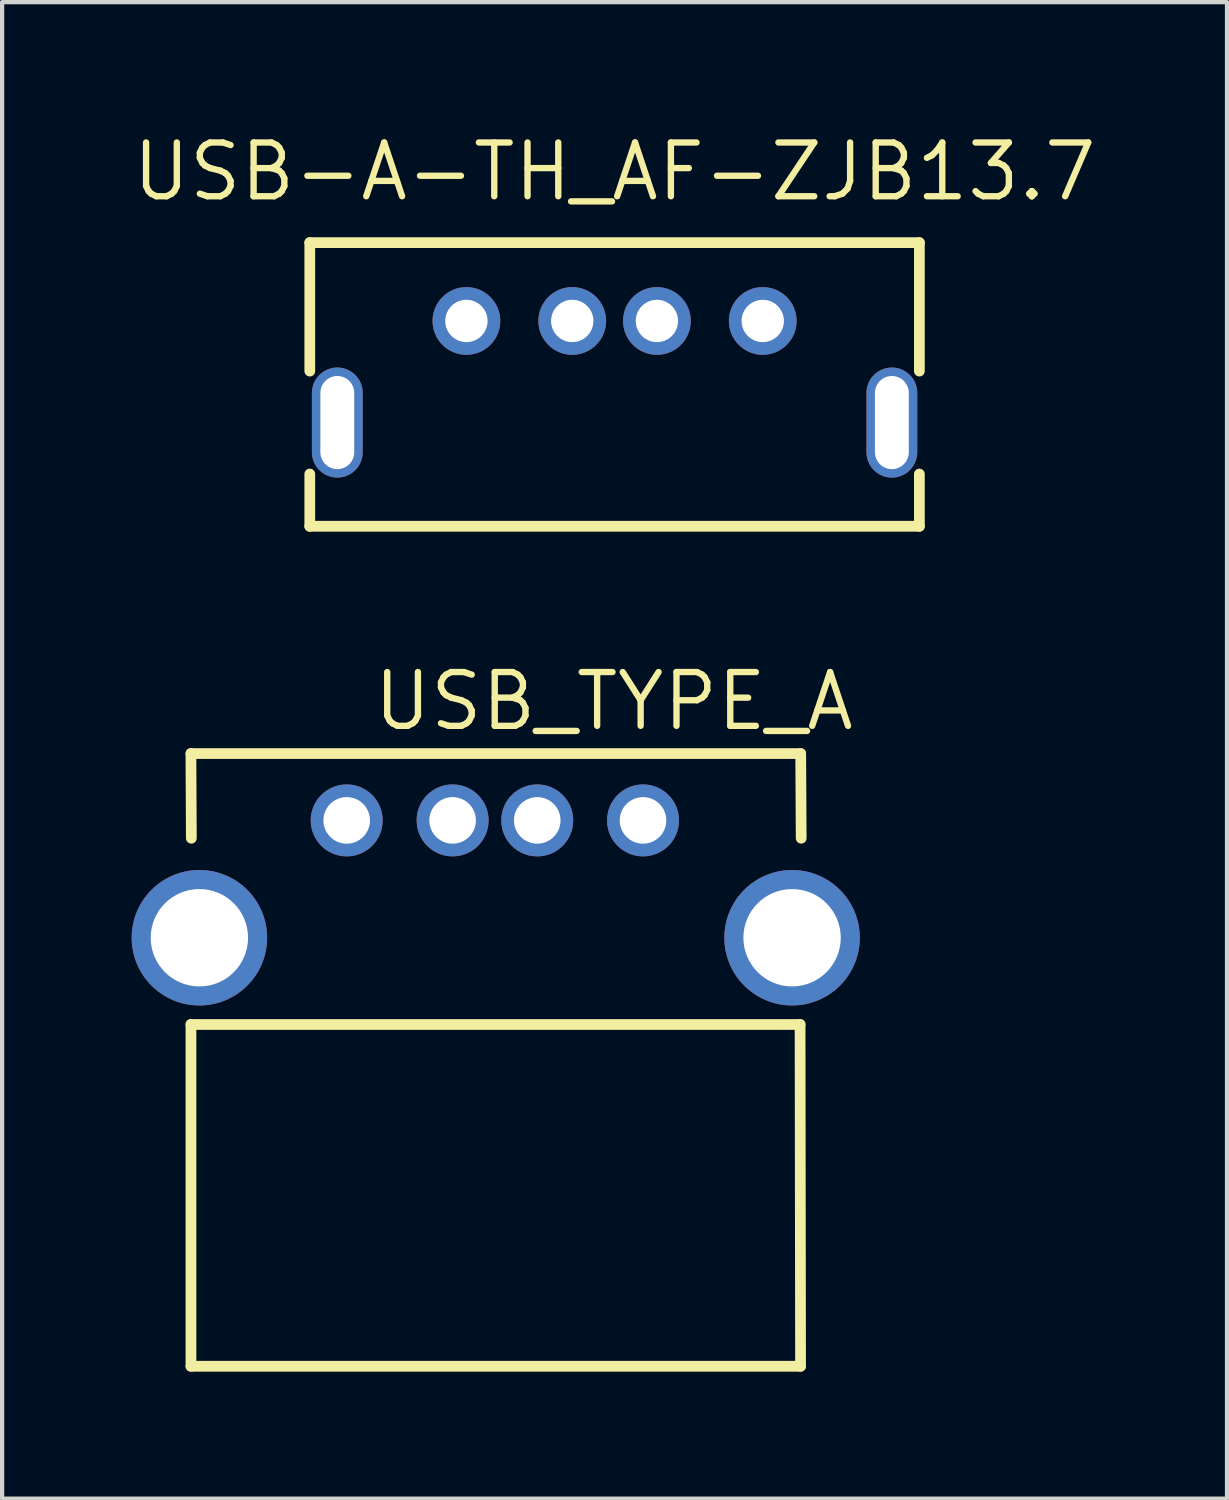
<source format=kicad_pcb>
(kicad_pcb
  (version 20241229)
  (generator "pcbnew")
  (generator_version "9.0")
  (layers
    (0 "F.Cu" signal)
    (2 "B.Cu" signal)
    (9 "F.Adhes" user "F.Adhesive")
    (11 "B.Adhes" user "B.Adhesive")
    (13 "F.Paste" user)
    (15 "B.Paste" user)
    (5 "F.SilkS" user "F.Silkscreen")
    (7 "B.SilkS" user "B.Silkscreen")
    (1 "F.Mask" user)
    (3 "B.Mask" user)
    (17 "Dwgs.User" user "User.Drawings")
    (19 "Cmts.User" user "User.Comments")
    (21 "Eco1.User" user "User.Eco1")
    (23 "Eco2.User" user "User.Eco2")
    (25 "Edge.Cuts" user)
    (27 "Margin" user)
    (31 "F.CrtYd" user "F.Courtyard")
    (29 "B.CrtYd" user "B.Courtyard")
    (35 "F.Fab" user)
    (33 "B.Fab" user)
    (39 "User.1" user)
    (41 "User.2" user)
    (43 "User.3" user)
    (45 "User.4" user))
  (footprint "USB-A-TH_AF-ZJB13.7"
    (layer "F.Cu")
    (at 11.468 5.732)
    (property "Reference" "USB-A-TH_AF-ZJB13.7" (at 0 -4.726 0) (layer "F.SilkS") (effects (font (size 1.27 1.27) (thickness 0.15))))
    (fp_line (start -7.2 -3.05) (end 7.2 -3.05) (stroke (width 0.254) (type default)) (layer "F.SilkS"))
    (fp_line (start -7.2 -0.016) (end -7.2 -3.05) (stroke (width 0.254) (type default)) (layer "F.SilkS"))
    (fp_line (start -7.2 3.65) (end -7.2 2.416) (stroke (width 0.254) (type default)) (layer "F.SilkS"))
    (fp_line (start 7.2 -3.05) (end 7.2 -0.016) (stroke (width 0.254) (type default)) (layer "F.SilkS"))
    (fp_line (start 7.2 2.416) (end 7.2 3.65) (stroke (width 0.254) (type default)) (layer "F.SilkS"))
    (fp_line (start 7.2 3.65) (end -7.2 3.65) (stroke (width 0.254) (type default)) (layer "F.SilkS"))
    (fp_circle (center -7.15 -3.2) (end -7.12 -3.2) (stroke (width 0.06) (type default)) (fill no) (layer "User.5"))
    (pad "1" thru_hole oval (at -3.5 -1.2) (size 1.6 1.6) (drill 1) (layers "*.Cu" "*.Mask"))
    (pad "2" thru_hole oval (at -1 -1.2) (size 1.6 1.6) (drill 1) (layers "*.Cu" "*.Mask"))
    (pad "3" thru_hole oval (at 1 -1.2) (size 1.6 1.6) (drill 1) (layers "*.Cu" "*.Mask"))
    (pad "4" thru_hole oval (at 3.5 -1.2) (size 1.6 1.6) (drill 1) (layers "*.Cu" "*.Mask"))
    (pad "5" thru_hole oval (at -6.55 1.2) (size 1.2 2.6) (drill oval 0.8 2.2) (layers "*.Cu" "*.Mask"))
    (pad "5" thru_hole oval (at 6.55 1.2) (size 1.2 2.6) (drill oval 0.8 2.2) (layers "*.Cu" "*.Mask"))
    (zone (net_name "") (layer "Dwgs.User") (hatch edge 0.5) (priority 100) (connect_pads yes) (min_thickness 0) (filled_areas_thickness no) (fill yes) (polygon (pts (xy 4.568 2.732) (xy 18.368 2.732) (xy 18.368 2.932) (xy 4.568 2.932))) (filled_polygon (layer "Dwgs.User") (island) (pts (xy 4.568 2.732) (xy 18.368 2.732) (xy 18.368 2.932) (xy 4.568 2.932))))
    (zone (net_name "") (layer "Dwgs.User") (hatch edge 0.5) (priority 100) (connect_pads yes) (min_thickness 0) (filled_areas_thickness no) (fill yes) (polygon (pts (xy 4.368 2.732) (xy 4.368 9.332) (xy 18.568 9.332) (xy 18.568 2.732) (xy 18.368 2.732) (xy 18.368 9.132) (xy 4.568 9.132) (xy 4.568 2.732))) (filled_polygon (layer "Dwgs.User") (island) (pts (xy 4.368 2.732) (xy 4.368 9.332) (xy 18.568 9.332) (xy 18.568 2.732) (xy 18.368 2.732) (xy 18.368 9.132) (xy 4.568 9.132) (xy 4.568 2.732))))
    (zone (net_name "") (layer "User.4") (hatch edge 0.5) (priority 100) (connect_pads yes) (min_thickness 0) (filled_areas_thickness no) (fill yes) (polygon (pts (xy 4.598 7.632) (xy 4.598 6.232) (xy 5.238 6.232) (xy 5.238 7.632))) (filled_polygon (layer "User.4") (island) (pts (xy 4.598 7.632) (xy 4.598 6.232) (xy 5.238 6.232) (xy 5.238 7.632))))
    (zone (net_name "") (layer "User.4") (hatch edge 0.5) (priority 100) (connect_pads yes) (min_thickness 0) (filled_areas_thickness no) (fill yes) (polygon (pts (xy 7.668 4.382) (xy 8.268 4.382) (xy 8.268 4.682) (xy 7.668 4.682))) (filled_polygon (layer "User.4") (island) (pts (xy 7.668 4.382) (xy 8.268 4.382) (xy 8.268 4.682) (xy 7.668 4.682))))
    (zone (net_name "") (layer "User.4") (hatch edge 0.5) (priority 100) (connect_pads yes) (min_thickness 0) (filled_areas_thickness no) (fill yes) (polygon (pts (xy 10.168 4.382) (xy 10.768 4.382) (xy 10.768 4.682) (xy 10.168 4.682))) (filled_polygon (layer "User.4") (island) (pts (xy 10.168 4.382) (xy 10.768 4.382) (xy 10.768 4.682) (xy 10.168 4.682))))
    (zone (net_name "") (layer "User.4") (hatch edge 0.5) (priority 100) (connect_pads yes) (min_thickness 0) (filled_areas_thickness no) (fill yes) (polygon (pts (xy 12.168 4.382) (xy 12.768 4.382) (xy 12.768 4.682) (xy 12.168 4.682))) (filled_polygon (layer "User.4") (island) (pts (xy 12.168 4.382) (xy 12.768 4.382) (xy 12.768 4.682) (xy 12.168 4.682))))
    (zone (net_name "") (layer "User.4") (hatch edge 0.5) (priority 100) (connect_pads yes) (min_thickness 0) (filled_areas_thickness no) (fill yes) (polygon (pts (xy 14.668 4.382) (xy 15.268 4.382) (xy 15.268 4.682) (xy 14.668 4.682))) (filled_polygon (layer "User.4") (island) (pts (xy 14.668 4.382) (xy 15.268 4.382) (xy 15.268 4.682) (xy 14.668 4.682))))
    (zone (net_name "") (layer "User.4") (hatch edge 0.5) (priority 100) (connect_pads yes) (min_thickness 0) (filled_areas_thickness no) (fill yes) (polygon (pts (xy 17.697 7.632) (xy 17.697 6.232) (xy 18.337 6.232) (xy 18.337 7.632))) (filled_polygon (layer "User.4") (island) (pts (xy 17.697 7.632) (xy 17.697 6.232) (xy 18.337 6.232) (xy 18.337 7.632)))))
  (footprint "USB_TYPE_A"
    (layer "F.Cu")
    (at 8.661 22.825)
    (property "Reference" "USB_TYPE_A" (at 2.788 -9.309 0) (layer "F.SilkS") (effects (font (size 1.27 1.27) (thickness 0.15))))
    (fp_line (start -7.2 -8.074) (end 7.2 -8.074) (stroke (width 0.254) (type default)) (layer "F.SilkS"))
    (fp_line (start -7.2 6.4) (end -7.2 -1.674) (stroke (width 0.254) (type default)) (layer "F.SilkS"))
    (fp_line (start -7.2 6.4) (end 7.2 6.4) (stroke (width 0.254) (type default)) (layer "F.SilkS"))
    (fp_line (start -7.191 -6.074) (end -7.201 -8.074) (stroke (width 0.254) (type default)) (layer "F.SilkS"))
    (fp_line (start 7.189 -1.674) (end -7.2 -1.674) (stroke (width 0.254) (type default)) (layer "F.SilkS"))
    (fp_line (start 7.2 6.4) (end 7.189 -1.674) (stroke (width 0.254) (type default)) (layer "F.SilkS"))
    (fp_line (start 7.215 -6.074) (end 7.204 -8.074) (stroke (width 0.254) (type default)) (layer "F.SilkS"))
    (fp_circle (center -7.001 -3.723) (end -7.001 -3.198) (stroke (width 1.05) (type default)) (fill no) (layer "User.4"))
    (fp_circle (center -3.521 -6.495) (end -3.521 -6.27) (stroke (width 0.45) (type default)) (fill no) (layer "User.4"))
    (fp_circle (center -1.019 -6.495) (end -1.019 -6.27) (stroke (width 0.45) (type default)) (fill no) (layer "User.4"))
    (fp_circle (center 0.98 -6.495) (end 0.98 -6.27) (stroke (width 0.45) (type default)) (fill no) (layer "User.4"))
    (fp_circle (center 3.479 -6.495) (end 3.479 -6.27) (stroke (width 0.45) (type default)) (fill no) (layer "User.4"))
    (fp_circle (center 7 -3.723) (end 7 -3.198) (stroke (width 1.05) (type default)) (fill no) (layer "User.4"))
    (fp_circle (center -8.601 -7.727) (end -8.601 -7.697) (stroke (width 0.06) (type default)) (fill no) (layer "User.5"))
    (pad "1" thru_hole oval (at -3.521 -6.495 270) (size 1.7 1.7) (drill 1.1) (layers "*.Cu" "*.Mask"))
    (pad "2" thru_hole oval (at -1.019 -6.495 270) (size 1.7 1.7) (drill 1.1) (layers "*.Cu" "*.Mask"))
    (pad "3" thru_hole oval (at 0.98 -6.495 270) (size 1.7 1.7) (drill 1.1) (layers "*.Cu" "*.Mask"))
    (pad "4" thru_hole oval (at 3.479 -6.495 270) (size 1.7 1.7) (drill 1.1) (layers "*.Cu" "*.Mask"))
    (pad "5" thru_hole oval (at -7.001 -3.723 90) (size 3.2 3.2) (drill 2.3) (layers "*.Cu" "*.Mask"))
    (pad "5" thru_hole oval (at 7 -3.723 90) (size 3.2 3.2) (drill 2.3) (layers "*.Cu" "*.Mask")))
  (gr_rect
    (start -3 -3)
    (end 25.935 32.352)
    (stroke (width 0.1) (type default))
    (fill no)
    (layer "Edge.Cuts")))
</source>
